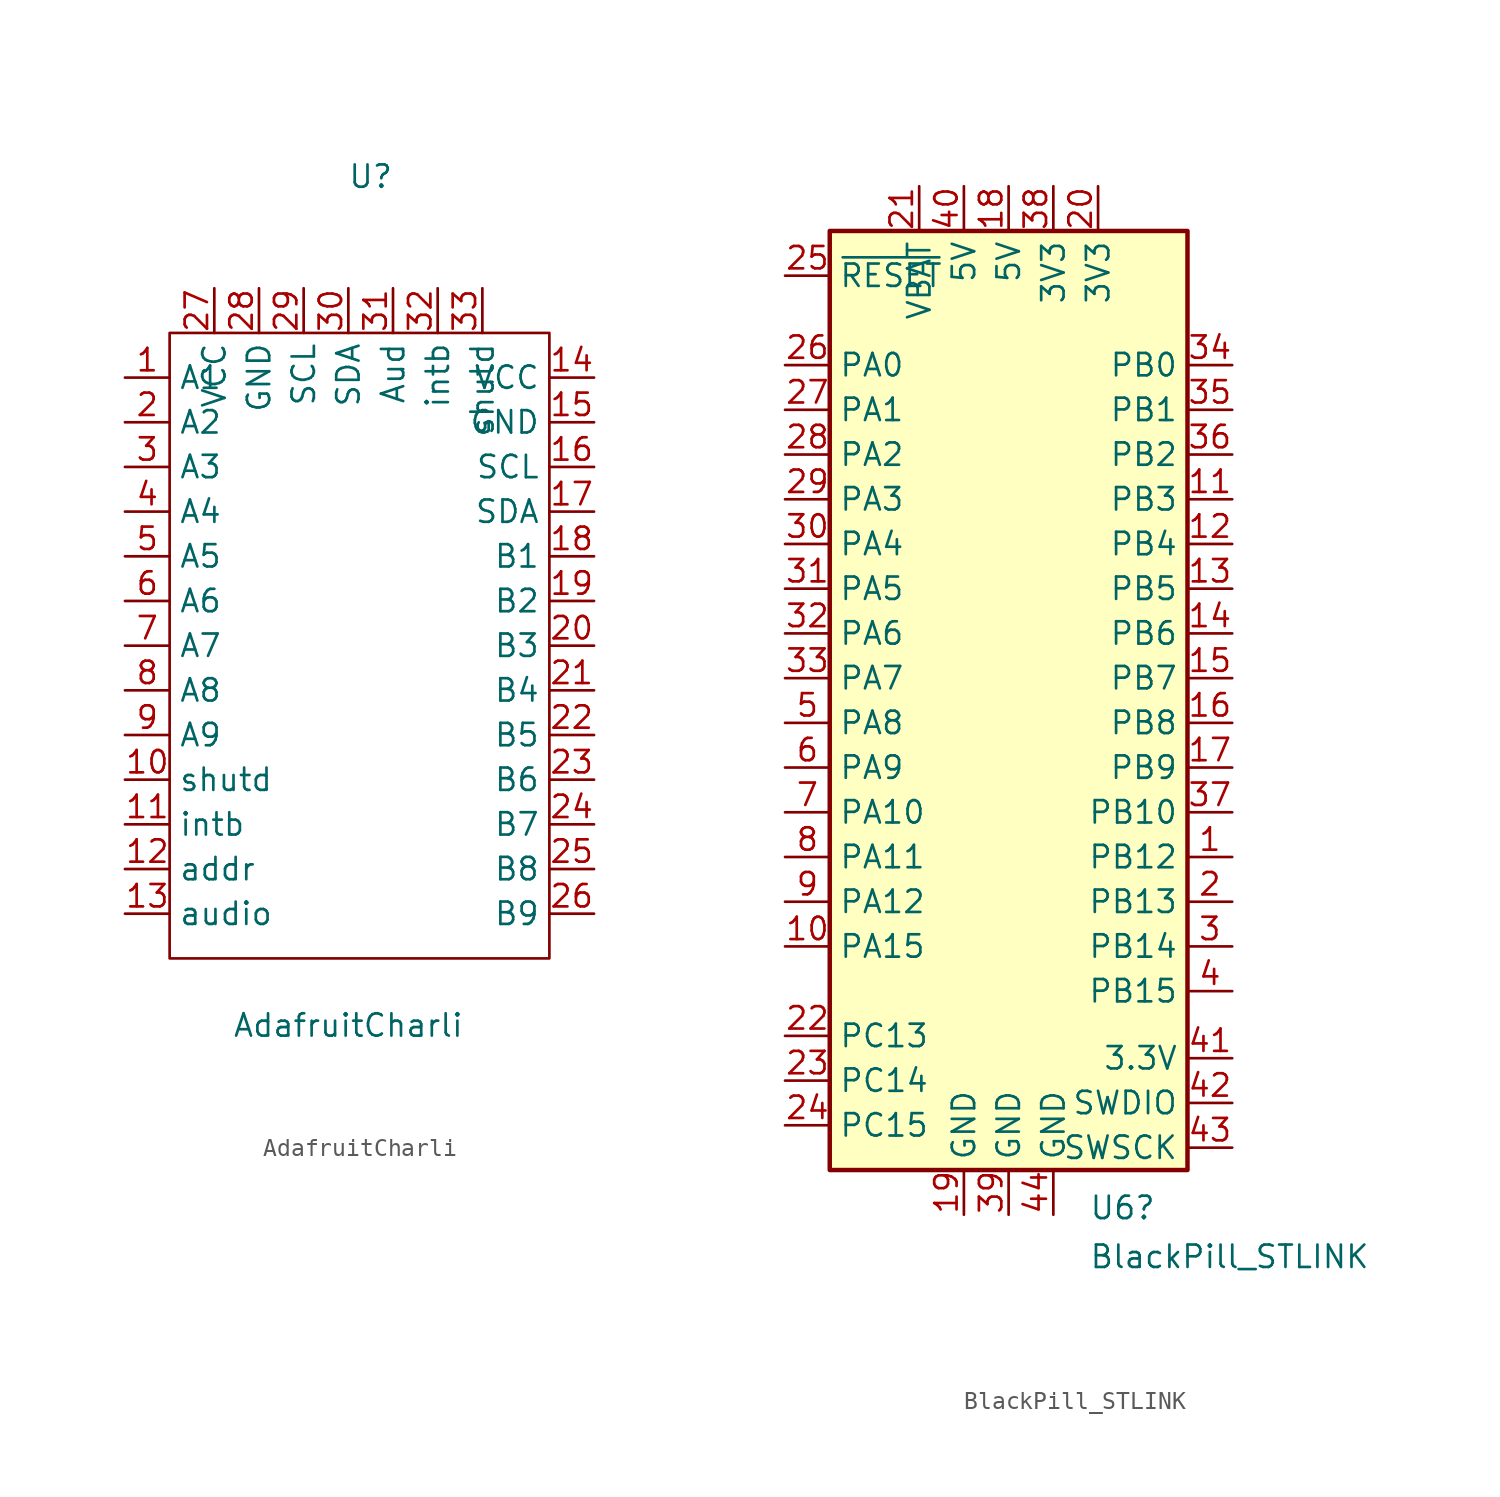
<source format=kicad_sym>
(kicad_symbol_lib
  (version 20211014)
  (generator kicad_symbol_editor)
  (symbol "AdafruitCharli"
    (property "Reference" "U"
      (at 0 21.59 0)
      (effects (font (size 1.27 1.27))))
    (property "Value" "AdafruitCharli"
      (at -1.27 -26.67 0)
      (effects (font (size 1.27 1.27))))
    (symbol "AdafruitCharli_0_1"
      (rectangle (start -11.43 -22.86) (end 10.16 12.7) (stroke (width 0.152) (type default) (color 0 0 0 0)) (fill (type none))))
    (symbol "AdafruitCharli_1_1"
      (pin bidirectional line (at -13.97 10.16 0) (length 2.54) (name "A1" (effects (font (size 1.27 1.27)))) (number "1" (effects (font (size 1.27 1.27)))))
      (pin bidirectional line (at -13.97 -12.7 0) (length 2.54) (name "shutd" (effects (font (size 1.27 1.27)))) (number "10" (effects (font (size 1.27 1.27)))))
      (pin bidirectional line (at -13.97 -15.24 0) (length 2.54) (name "intb" (effects (font (size 1.27 1.27)))) (number "11" (effects (font (size 1.27 1.27)))))
      (pin bidirectional line (at -13.97 -17.78 0) (length 2.54) (name "addr" (effects (font (size 1.27 1.27)))) (number "12" (effects (font (size 1.27 1.27)))))
      (pin bidirectional line (at -13.97 -20.32 0) (length 2.54) (name "audio" (effects (font (size 1.27 1.27)))) (number "13" (effects (font (size 1.27 1.27)))))
      (pin power_in line (at 12.7 10.16 180) (length 2.54) (name "VCC" (effects (font (size 1.27 1.27)))) (number "14" (effects (font (size 1.27 1.27)))))
      (pin power_in line (at 12.7 7.62 180) (length 2.54) (name "GND" (effects (font (size 1.27 1.27)))) (number "15" (effects (font (size 1.27 1.27)))))
      (pin bidirectional line (at 12.7 5.08 180) (length 2.54) (name "SCL" (effects (font (size 1.27 1.27)))) (number "16" (effects (font (size 1.27 1.27)))))
      (pin bidirectional line (at 12.7 2.54 180) (length 2.54) (name "SDA" (effects (font (size 1.27 1.27)))) (number "17" (effects (font (size 1.27 1.27)))))
      (pin bidirectional line (at 12.7 0 180) (length 2.54) (name "B1" (effects (font (size 1.27 1.27)))) (number "18" (effects (font (size 1.27 1.27)))))
      (pin bidirectional line (at 12.7 -2.54 180) (length 2.54) (name "B2" (effects (font (size 1.27 1.27)))) (number "19" (effects (font (size 1.27 1.27)))))
      (pin bidirectional line (at -13.97 7.62 0) (length 2.54) (name "A2" (effects (font (size 1.27 1.27)))) (number "2" (effects (font (size 1.27 1.27)))))
      (pin bidirectional line (at 12.7 -5.08 180) (length 2.54) (name "B3" (effects (font (size 1.27 1.27)))) (number "20" (effects (font (size 1.27 1.27)))))
      (pin bidirectional line (at 12.7 -7.62 180) (length 2.54) (name "B4" (effects (font (size 1.27 1.27)))) (number "21" (effects (font (size 1.27 1.27)))))
      (pin bidirectional line (at 12.7 -10.16 180) (length 2.54) (name "B5" (effects (font (size 1.27 1.27)))) (number "22" (effects (font (size 1.27 1.27)))))
      (pin bidirectional line (at 12.7 -12.7 180) (length 2.54) (name "B6" (effects (font (size 1.27 1.27)))) (number "23" (effects (font (size 1.27 1.27)))))
      (pin bidirectional line (at 12.7 -15.24 180) (length 2.54) (name "B7" (effects (font (size 1.27 1.27)))) (number "24" (effects (font (size 1.27 1.27)))))
      (pin bidirectional line (at 12.7 -17.78 180) (length 2.54) (name "B8" (effects (font (size 1.27 1.27)))) (number "25" (effects (font (size 1.27 1.27)))))
      (pin bidirectional line (at 12.7 -20.32 180) (length 2.54) (name "B9" (effects (font (size 1.27 1.27)))) (number "26" (effects (font (size 1.27 1.27)))))
      (pin power_in line (at -8.89 15.24 270) (length 2.54) (name "VCC" (effects (font (size 1.27 1.27)))) (number "27" (effects (font (size 1.27 1.27)))))
      (pin power_in line (at -6.35 15.24 270) (length 2.54) (name "GND" (effects (font (size 1.27 1.27)))) (number "28" (effects (font (size 1.27 1.27)))))
      (pin bidirectional line (at -3.81 15.24 270) (length 2.54) (name "SCL" (effects (font (size 1.27 1.27)))) (number "29" (effects (font (size 1.27 1.27)))))
      (pin bidirectional line (at -13.97 5.08 0) (length 2.54) (name "A3" (effects (font (size 1.27 1.27)))) (number "3" (effects (font (size 1.27 1.27)))))
      (pin bidirectional line (at -1.27 15.24 270) (length 2.54) (name "SDA" (effects (font (size 1.27 1.27)))) (number "30" (effects (font (size 1.27 1.27)))))
      (pin bidirectional line (at 1.27 15.24 270) (length 2.54) (name "Aud" (effects (font (size 1.27 1.27)))) (number "31" (effects (font (size 1.27 1.27)))))
      (pin bidirectional line (at 3.81 15.24 270) (length 2.54) (name "intb" (effects (font (size 1.27 1.27)))) (number "32" (effects (font (size 1.27 1.27)))))
      (pin bidirectional line (at 6.35 15.24 270) (length 2.54) (name "shutd" (effects (font (size 1.27 1.27)))) (number "33" (effects (font (size 1.27 1.27)))))
      (pin bidirectional line (at -13.97 2.54 0) (length 2.54) (name "A4" (effects (font (size 1.27 1.27)))) (number "4" (effects (font (size 1.27 1.27)))))
      (pin bidirectional line (at -13.97 0 0) (length 2.54) (name "A5" (effects (font (size 1.27 1.27)))) (number "5" (effects (font (size 1.27 1.27)))))
      (pin bidirectional line (at -13.97 -2.54 0) (length 2.54) (name "A6" (effects (font (size 1.27 1.27)))) (number "6" (effects (font (size 1.27 1.27)))))
      (pin bidirectional line (at -13.97 -5.08 0) (length 2.54) (name "A7" (effects (font (size 1.27 1.27)))) (number "7" (effects (font (size 1.27 1.27)))))
      (pin bidirectional line (at -13.97 -7.62 0) (length 2.54) (name "A8" (effects (font (size 1.27 1.27)))) (number "8" (effects (font (size 1.27 1.27)))))
      (pin bidirectional line (at -13.97 -10.16 0) (length 2.54) (name "A9" (effects (font (size 1.27 1.27)))) (number "9" (effects (font (size 1.27 1.27)))))))
  (symbol "BlackPill_STLINK"
    (property "Reference" "U6"
      (at 4.559 -27.549 0)
      (effects (font (size 1.27 1.27)) (justify left)))
    (property "Value" "BlackPill_STLINK"
      (at 4.559 -30.325 0)
      (effects (font (size 1.27 1.27)) (justify left)))
    (symbol "BlackPill_STLINK_0_1"
      (rectangle (start -10.16 27.94) (end 10.16 -25.4) (stroke (width 0.254) (type default) (color 0 0 0 0)) (fill (type background))))
    (symbol "BlackPill_STLINK_1_1"
      (pin bidirectional line (at 12.7 -7.62 180) (length 2.54) (name "PB12" (effects (font (size 1.27 1.27)))) (number "1" (effects (font (size 1.27 1.27)))))
      (pin bidirectional line (at -12.7 -12.7 0) (length 2.54) (name "PA15" (effects (font (size 1.27 1.27)))) (number "10" (effects (font (size 1.27 1.27)))))
      (pin bidirectional line (at 12.7 12.7 180) (length 2.54) (name "PB3" (effects (font (size 1.27 1.27)))) (number "11" (effects (font (size 1.27 1.27)))))
      (pin bidirectional line (at 12.7 10.16 180) (length 2.54) (name "PB4" (effects (font (size 1.27 1.27)))) (number "12" (effects (font (size 1.27 1.27)))))
      (pin bidirectional line (at 12.7 7.62 180) (length 2.54) (name "PB5" (effects (font (size 1.27 1.27)))) (number "13" (effects (font (size 1.27 1.27)))))
      (pin bidirectional line (at 12.7 5.08 180) (length 2.54) (name "PB6" (effects (font (size 1.27 1.27)))) (number "14" (effects (font (size 1.27 1.27)))))
      (pin bidirectional line (at 12.7 2.54 180) (length 2.54) (name "PB7" (effects (font (size 1.27 1.27)))) (number "15" (effects (font (size 1.27 1.27)))))
      (pin bidirectional line (at 12.7 0 180) (length 2.54) (name "PB8" (effects (font (size 1.27 1.27)))) (number "16" (effects (font (size 1.27 1.27)))))
      (pin bidirectional line (at 12.7 -2.54 180) (length 2.54) (name "PB9" (effects (font (size 1.27 1.27)))) (number "17" (effects (font (size 1.27 1.27)))))
      (pin power_in line (at 0 30.48 270) (length 2.54) (name "5V" (effects (font (size 1.27 1.27)))) (number "18" (effects (font (size 1.27 1.27)))))
      (pin power_in line (at -2.54 -27.94 90) (length 2.54) (name "GND" (effects (font (size 1.27 1.27)))) (number "19" (effects (font (size 1.27 1.27)))))
      (pin bidirectional line (at 12.7 -10.16 180) (length 2.54) (name "PB13" (effects (font (size 1.27 1.27)))) (number "2" (effects (font (size 1.27 1.27)))))
      (pin power_out line (at 5.08 30.48 270) (length 2.54) (name "3V3" (effects (font (size 1.27 1.27)))) (number "20" (effects (font (size 1.27 1.27)))))
      (pin power_in line (at -5.08 30.48 270) (length 2.54) (name "VBAT" (effects (font (size 1.27 1.27)))) (number "21" (effects (font (size 1.27 1.27)))))
      (pin bidirectional line (at -12.7 -17.78 0) (length 2.54) (name "PC13" (effects (font (size 1.27 1.27)))) (number "22" (effects (font (size 1.27 1.27)))))
      (pin bidirectional line (at -12.7 -20.32 0) (length 2.54) (name "PC14" (effects (font (size 1.27 1.27)))) (number "23" (effects (font (size 1.27 1.27)))))
      (pin bidirectional line (at -12.7 -22.86 0) (length 2.54) (name "PC15" (effects (font (size 1.27 1.27)))) (number "24" (effects (font (size 1.27 1.27)))))
      (pin input line (at -12.7 25.4 0) (length 2.54) (name "~{RESET}" (effects (font (size 1.27 1.27)))) (number "25" (effects (font (size 1.27 1.27)))))
      (pin bidirectional line (at -12.7 20.32 0) (length 2.54) (name "PA0" (effects (font (size 1.27 1.27)))) (number "26" (effects (font (size 1.27 1.27)))))
      (pin bidirectional line (at -12.7 17.78 0) (length 2.54) (name "PA1" (effects (font (size 1.27 1.27)))) (number "27" (effects (font (size 1.27 1.27)))))
      (pin bidirectional line (at -12.7 15.24 0) (length 2.54) (name "PA2" (effects (font (size 1.27 1.27)))) (number "28" (effects (font (size 1.27 1.27)))))
      (pin bidirectional line (at -12.7 12.7 0) (length 2.54) (name "PA3" (effects (font (size 1.27 1.27)))) (number "29" (effects (font (size 1.27 1.27)))))
      (pin bidirectional line (at 12.7 -12.7 180) (length 2.54) (name "PB14" (effects (font (size 1.27 1.27)))) (number "3" (effects (font (size 1.27 1.27)))))
      (pin bidirectional line (at -12.7 10.16 0) (length 2.54) (name "PA4" (effects (font (size 1.27 1.27)))) (number "30" (effects (font (size 1.27 1.27)))))
      (pin bidirectional line (at -12.7 7.62 0) (length 2.54) (name "PA5" (effects (font (size 1.27 1.27)))) (number "31" (effects (font (size 1.27 1.27)))))
      (pin bidirectional line (at -12.7 5.08 0) (length 2.54) (name "PA6" (effects (font (size 1.27 1.27)))) (number "32" (effects (font (size 1.27 1.27)))))
      (pin bidirectional line (at -12.7 2.54 0) (length 2.54) (name "PA7" (effects (font (size 1.27 1.27)))) (number "33" (effects (font (size 1.27 1.27)))))
      (pin bidirectional line (at 12.7 20.32 180) (length 2.54) (name "PB0" (effects (font (size 1.27 1.27)))) (number "34" (effects (font (size 1.27 1.27)))))
      (pin bidirectional line (at 12.7 17.78 180) (length 2.54) (name "PB1" (effects (font (size 1.27 1.27)))) (number "35" (effects (font (size 1.27 1.27)))))
      (pin bidirectional line (at 12.7 15.24 180) (length 2.54) (name "PB2" (effects (font (size 1.27 1.27)))) (number "36" (effects (font (size 1.27 1.27)))))
      (pin bidirectional line (at 12.7 -5.08 180) (length 2.54) (name "PB10" (effects (font (size 1.27 1.27)))) (number "37" (effects (font (size 1.27 1.27)))))
      (pin power_out line (at 2.54 30.48 270) (length 2.54) (name "3V3" (effects (font (size 1.27 1.27)))) (number "38" (effects (font (size 1.27 1.27)))))
      (pin power_in line (at 0 -27.94 90) (length 2.54) (name "GND" (effects (font (size 1.27 1.27)))) (number "39" (effects (font (size 1.27 1.27)))))
      (pin bidirectional line (at 12.7 -15.24 180) (length 2.54) (name "PB15" (effects (font (size 1.27 1.27)))) (number "4" (effects (font (size 1.27 1.27)))))
      (pin passive line (at -2.54 30.48 270) (length 2.54) (name "5V" (effects (font (size 1.27 1.27)))) (number "40" (effects (font (size 1.27 1.27)))))
      (pin power_out line (at 12.7 -19.05 180) (length 2.54) (name "3.3V" (effects (font (size 1.27 1.27)))) (number "41" (effects (font (size 1.27 1.27)))))
      (pin bidirectional line (at 12.7 -21.59 180) (length 2.54) (name "SWDIO" (effects (font (size 1.27 1.27)))) (number "42" (effects (font (size 1.27 1.27)))))
      (pin bidirectional line (at 12.7 -24.13 180) (length 2.54) (name "SWSCK" (effects (font (size 1.27 1.27)))) (number "43" (effects (font (size 1.27 1.27)))))
      (pin power_in line (at 2.54 -27.94 90) (length 2.54) (name "GND" (effects (font (size 1.27 1.27)))) (number "44" (effects (font (size 1.27 1.27)))))
      (pin bidirectional line (at -12.7 0 0) (length 2.54) (name "PA8" (effects (font (size 1.27 1.27)))) (number "5" (effects (font (size 1.27 1.27)))))
      (pin bidirectional line (at -12.7 -2.54 0) (length 2.54) (name "PA9" (effects (font (size 1.27 1.27)))) (number "6" (effects (font (size 1.27 1.27)))))
      (pin bidirectional line (at -12.7 -5.08 0) (length 2.54) (name "PA10" (effects (font (size 1.27 1.27)))) (number "7" (effects (font (size 1.27 1.27)))))
      (pin bidirectional line (at -12.7 -7.62 0) (length 2.54) (name "PA11" (effects (font (size 1.27 1.27)))) (number "8" (effects (font (size 1.27 1.27)))))
      (pin bidirectional line (at -12.7 -10.16 0) (length 2.54) (name "PA12" (effects (font (size 1.27 1.27)))) (number "9" (effects (font (size 1.27 1.27))))))))
</source>
